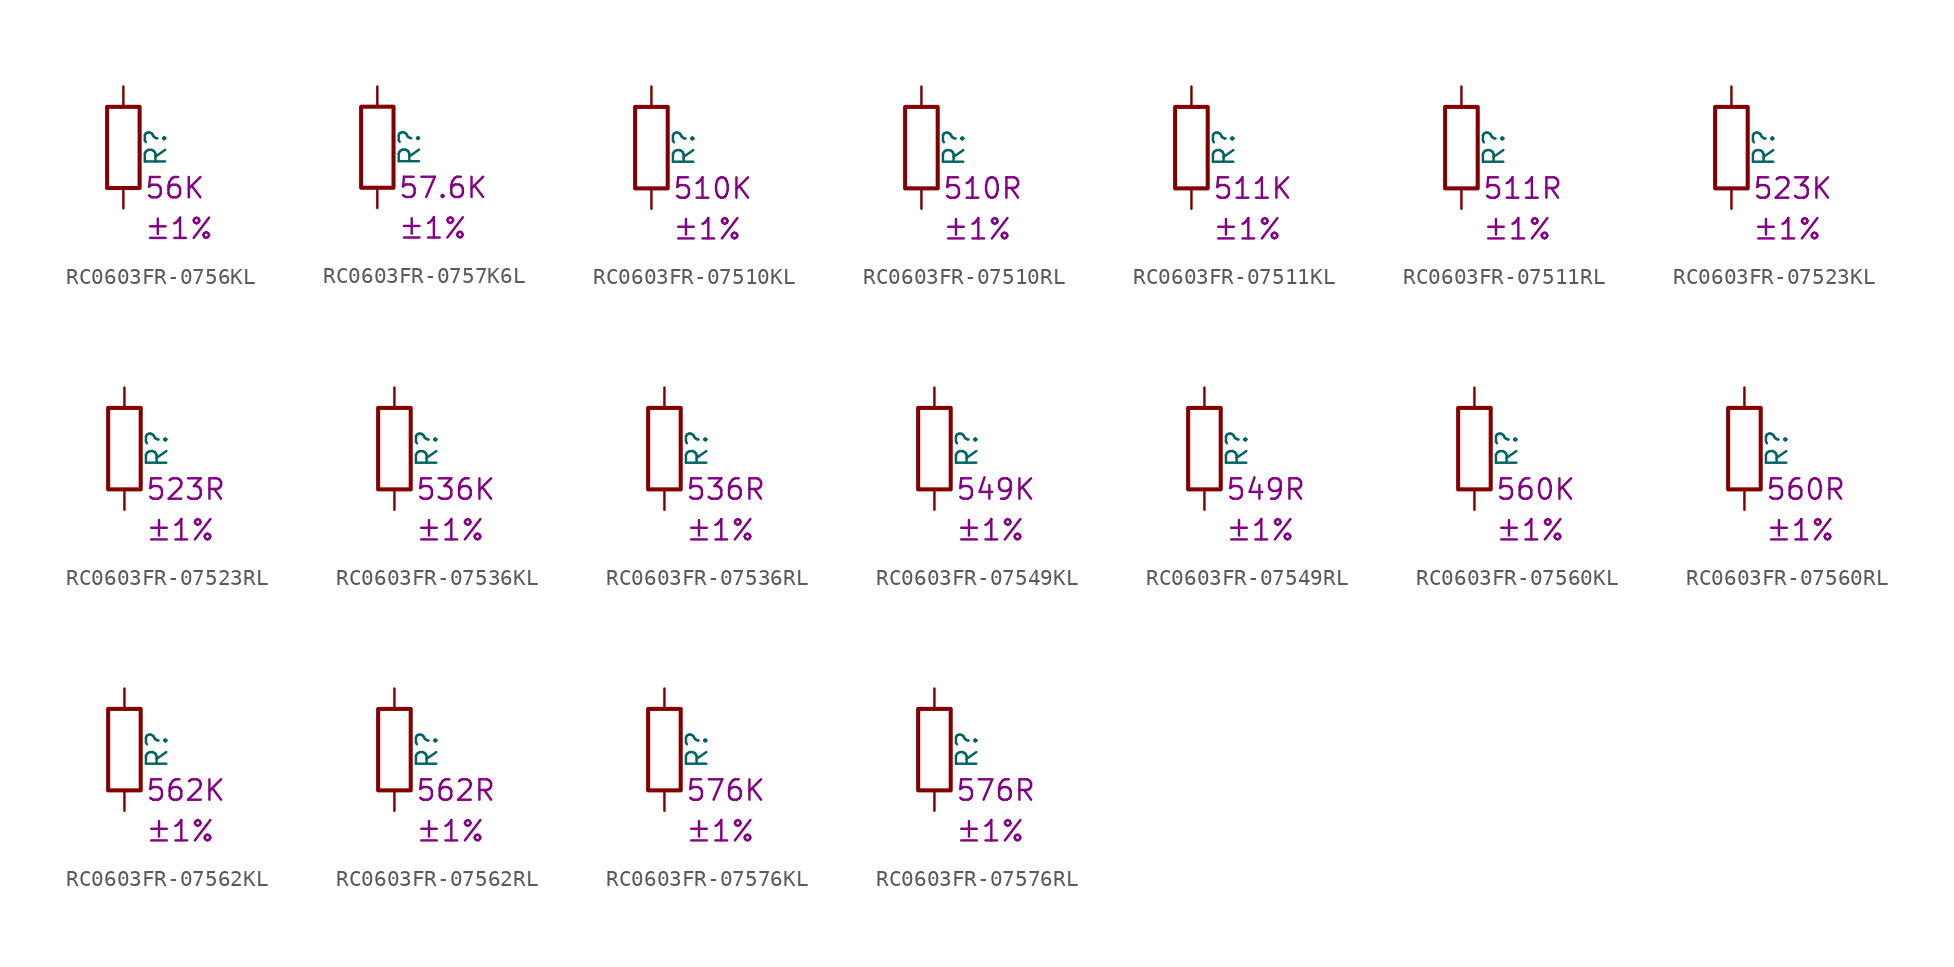
<source format=kicad_sym>
(kicad_symbol_lib
  (version 20220914)
  (generator kicad_symbol_editor)
  (symbol "RC0603FR-0756KL"
    (pin_numbers hide)
    (pin_names
      (offset 0))
    (property "Reference" "R"
      (at 2.032 0 90)
      (effects (font (size 1.27 1.27))))
    (property "Resistance" "56K"
      (at 1.27 -2.54 0)
      (effects (font (size 1.27 1.27)) (justify left)))
    (property "Tolerance" "±1%"
      (at 1.27 -5.08 0)
      (effects (font (size 1.27 1.27)) (justify left)))
    (symbol "RC0603FR-0756KL_0_1"
      (rectangle (start -1.016 -2.54) (end 1.016 2.54) (stroke (width 0.254) (type default)) (fill (type none))))
    (symbol "RC0603FR-0756KL_1_1"
      (pin passive line (at 0 3.81 270) (length 1.27) (name "~" (effects (font (size 1.27 1.27)))) (number "1" (effects (font (size 1.27 1.27)))))
      (pin passive line (at 0 -3.81 90) (length 1.27) (name "~" (effects (font (size 1.27 1.27)))) (number "2" (effects (font (size 1.27 1.27)))))))
  (symbol "RC0603FR-0757K6L"
    (pin_numbers hide)
    (pin_names
      (offset 0))
    (property "Reference" "R"
      (at 2.032 0 90)
      (effects (font (size 1.27 1.27))))
    (property "Resistance" "57.6K"
      (at 1.27 -2.54 0)
      (effects (font (size 1.27 1.27)) (justify left)))
    (property "Tolerance" "±1%"
      (at 1.27 -5.08 0)
      (effects (font (size 1.27 1.27)) (justify left)))
    (symbol "RC0603FR-0757K6L_0_1"
      (rectangle (start -1.016 -2.54) (end 1.016 2.54) (stroke (width 0.254) (type default)) (fill (type none))))
    (symbol "RC0603FR-0757K6L_1_1"
      (pin passive line (at 0 3.81 270) (length 1.27) (name "~" (effects (font (size 1.27 1.27)))) (number "1" (effects (font (size 1.27 1.27)))))
      (pin passive line (at 0 -3.81 90) (length 1.27) (name "~" (effects (font (size 1.27 1.27)))) (number "2" (effects (font (size 1.27 1.27)))))))
  (symbol "RC0603FR-07510KL"
    (pin_numbers hide)
    (pin_names
      (offset 0))
    (property "Reference" "R"
      (at 2.032 0 90)
      (effects (font (size 1.27 1.27))))
    (property "Resistance" "510K"
      (at 1.27 -2.54 0)
      (effects (font (size 1.27 1.27)) (justify left)))
    (property "Tolerance" "±1%"
      (at 1.27 -5.08 0)
      (effects (font (size 1.27 1.27)) (justify left)))
    (symbol "RC0603FR-07510KL_0_1"
      (rectangle (start -1.016 -2.54) (end 1.016 2.54) (stroke (width 0.254) (type default)) (fill (type none))))
    (symbol "RC0603FR-07510KL_1_1"
      (pin passive line (at 0 3.81 270) (length 1.27) (name "~" (effects (font (size 1.27 1.27)))) (number "1" (effects (font (size 1.27 1.27)))))
      (pin passive line (at 0 -3.81 90) (length 1.27) (name "~" (effects (font (size 1.27 1.27)))) (number "2" (effects (font (size 1.27 1.27)))))))
  (symbol "RC0603FR-07510RL"
    (pin_numbers hide)
    (pin_names
      (offset 0))
    (property "Reference" "R"
      (at 2.032 0 90)
      (effects (font (size 1.27 1.27))))
    (property "Resistance" "510R"
      (at 1.27 -2.54 0)
      (effects (font (size 1.27 1.27)) (justify left)))
    (property "Tolerance" "±1%"
      (at 1.27 -5.08 0)
      (effects (font (size 1.27 1.27)) (justify left)))
    (symbol "RC0603FR-07510RL_0_1"
      (rectangle (start -1.016 -2.54) (end 1.016 2.54) (stroke (width 0.254) (type default)) (fill (type none))))
    (symbol "RC0603FR-07510RL_1_1"
      (pin passive line (at 0 3.81 270) (length 1.27) (name "~" (effects (font (size 1.27 1.27)))) (number "1" (effects (font (size 1.27 1.27)))))
      (pin passive line (at 0 -3.81 90) (length 1.27) (name "~" (effects (font (size 1.27 1.27)))) (number "2" (effects (font (size 1.27 1.27)))))))
  (symbol "RC0603FR-07511KL"
    (pin_numbers hide)
    (pin_names
      (offset 0))
    (property "Reference" "R"
      (at 2.032 0 90)
      (effects (font (size 1.27 1.27))))
    (property "Resistance" "511K"
      (at 1.27 -2.54 0)
      (effects (font (size 1.27 1.27)) (justify left)))
    (property "Tolerance" "±1%"
      (at 1.27 -5.08 0)
      (effects (font (size 1.27 1.27)) (justify left)))
    (symbol "RC0603FR-07511KL_0_1"
      (rectangle (start -1.016 -2.54) (end 1.016 2.54) (stroke (width 0.254) (type default)) (fill (type none))))
    (symbol "RC0603FR-07511KL_1_1"
      (pin passive line (at 0 3.81 270) (length 1.27) (name "~" (effects (font (size 1.27 1.27)))) (number "1" (effects (font (size 1.27 1.27)))))
      (pin passive line (at 0 -3.81 90) (length 1.27) (name "~" (effects (font (size 1.27 1.27)))) (number "2" (effects (font (size 1.27 1.27)))))))
  (symbol "RC0603FR-07511RL"
    (pin_numbers hide)
    (pin_names
      (offset 0))
    (property "Reference" "R"
      (at 2.032 0 90)
      (effects (font (size 1.27 1.27))))
    (property "Resistance" "511R"
      (at 1.27 -2.54 0)
      (effects (font (size 1.27 1.27)) (justify left)))
    (property "Tolerance" "±1%"
      (at 1.27 -5.08 0)
      (effects (font (size 1.27 1.27)) (justify left)))
    (symbol "RC0603FR-07511RL_0_1"
      (rectangle (start -1.016 -2.54) (end 1.016 2.54) (stroke (width 0.254) (type default)) (fill (type none))))
    (symbol "RC0603FR-07511RL_1_1"
      (pin passive line (at 0 3.81 270) (length 1.27) (name "~" (effects (font (size 1.27 1.27)))) (number "1" (effects (font (size 1.27 1.27)))))
      (pin passive line (at 0 -3.81 90) (length 1.27) (name "~" (effects (font (size 1.27 1.27)))) (number "2" (effects (font (size 1.27 1.27)))))))
  (symbol "RC0603FR-07523KL"
    (pin_numbers hide)
    (pin_names
      (offset 0))
    (property "Reference" "R"
      (at 2.032 0 90)
      (effects (font (size 1.27 1.27))))
    (property "Resistance" "523K"
      (at 1.27 -2.54 0)
      (effects (font (size 1.27 1.27)) (justify left)))
    (property "Tolerance" "±1%"
      (at 1.27 -5.08 0)
      (effects (font (size 1.27 1.27)) (justify left)))
    (symbol "RC0603FR-07523KL_0_1"
      (rectangle (start -1.016 -2.54) (end 1.016 2.54) (stroke (width 0.254) (type default)) (fill (type none))))
    (symbol "RC0603FR-07523KL_1_1"
      (pin passive line (at 0 3.81 270) (length 1.27) (name "~" (effects (font (size 1.27 1.27)))) (number "1" (effects (font (size 1.27 1.27)))))
      (pin passive line (at 0 -3.81 90) (length 1.27) (name "~" (effects (font (size 1.27 1.27)))) (number "2" (effects (font (size 1.27 1.27)))))))
  (symbol "RC0603FR-07523RL"
    (pin_numbers hide)
    (pin_names
      (offset 0))
    (property "Reference" "R"
      (at 2.032 0 90)
      (effects (font (size 1.27 1.27))))
    (property "Resistance" "523R"
      (at 1.27 -2.54 0)
      (effects (font (size 1.27 1.27)) (justify left)))
    (property "Tolerance" "±1%"
      (at 1.27 -5.08 0)
      (effects (font (size 1.27 1.27)) (justify left)))
    (symbol "RC0603FR-07523RL_0_1"
      (rectangle (start -1.016 -2.54) (end 1.016 2.54) (stroke (width 0.254) (type default)) (fill (type none))))
    (symbol "RC0603FR-07523RL_1_1"
      (pin passive line (at 0 3.81 270) (length 1.27) (name "~" (effects (font (size 1.27 1.27)))) (number "1" (effects (font (size 1.27 1.27)))))
      (pin passive line (at 0 -3.81 90) (length 1.27) (name "~" (effects (font (size 1.27 1.27)))) (number "2" (effects (font (size 1.27 1.27)))))))
  (symbol "RC0603FR-07536KL"
    (pin_numbers hide)
    (pin_names
      (offset 0))
    (property "Reference" "R"
      (at 2.032 0 90)
      (effects (font (size 1.27 1.27))))
    (property "Resistance" "536K"
      (at 1.27 -2.54 0)
      (effects (font (size 1.27 1.27)) (justify left)))
    (property "Tolerance" "±1%"
      (at 1.27 -5.08 0)
      (effects (font (size 1.27 1.27)) (justify left)))
    (symbol "RC0603FR-07536KL_0_1"
      (rectangle (start -1.016 -2.54) (end 1.016 2.54) (stroke (width 0.254) (type default)) (fill (type none))))
    (symbol "RC0603FR-07536KL_1_1"
      (pin passive line (at 0 3.81 270) (length 1.27) (name "~" (effects (font (size 1.27 1.27)))) (number "1" (effects (font (size 1.27 1.27)))))
      (pin passive line (at 0 -3.81 90) (length 1.27) (name "~" (effects (font (size 1.27 1.27)))) (number "2" (effects (font (size 1.27 1.27)))))))
  (symbol "RC0603FR-07536RL"
    (pin_numbers hide)
    (pin_names
      (offset 0))
    (property "Reference" "R"
      (at 2.032 0 90)
      (effects (font (size 1.27 1.27))))
    (property "Resistance" "536R"
      (at 1.27 -2.54 0)
      (effects (font (size 1.27 1.27)) (justify left)))
    (property "Tolerance" "±1%"
      (at 1.27 -5.08 0)
      (effects (font (size 1.27 1.27)) (justify left)))
    (symbol "RC0603FR-07536RL_0_1"
      (rectangle (start -1.016 -2.54) (end 1.016 2.54) (stroke (width 0.254) (type default)) (fill (type none))))
    (symbol "RC0603FR-07536RL_1_1"
      (pin passive line (at 0 3.81 270) (length 1.27) (name "~" (effects (font (size 1.27 1.27)))) (number "1" (effects (font (size 1.27 1.27)))))
      (pin passive line (at 0 -3.81 90) (length 1.27) (name "~" (effects (font (size 1.27 1.27)))) (number "2" (effects (font (size 1.27 1.27)))))))
  (symbol "RC0603FR-07549KL"
    (pin_numbers hide)
    (pin_names
      (offset 0))
    (property "Reference" "R"
      (at 2.032 0 90)
      (effects (font (size 1.27 1.27))))
    (property "Resistance" "549K"
      (at 1.27 -2.54 0)
      (effects (font (size 1.27 1.27)) (justify left)))
    (property "Tolerance" "±1%"
      (at 1.27 -5.08 0)
      (effects (font (size 1.27 1.27)) (justify left)))
    (symbol "RC0603FR-07549KL_0_1"
      (rectangle (start -1.016 -2.54) (end 1.016 2.54) (stroke (width 0.254) (type default)) (fill (type none))))
    (symbol "RC0603FR-07549KL_1_1"
      (pin passive line (at 0 3.81 270) (length 1.27) (name "~" (effects (font (size 1.27 1.27)))) (number "1" (effects (font (size 1.27 1.27)))))
      (pin passive line (at 0 -3.81 90) (length 1.27) (name "~" (effects (font (size 1.27 1.27)))) (number "2" (effects (font (size 1.27 1.27)))))))
  (symbol "RC0603FR-07549RL"
    (pin_numbers hide)
    (pin_names
      (offset 0))
    (property "Reference" "R"
      (at 2.032 0 90)
      (effects (font (size 1.27 1.27))))
    (property "Resistance" "549R"
      (at 1.27 -2.54 0)
      (effects (font (size 1.27 1.27)) (justify left)))
    (property "Tolerance" "±1%"
      (at 1.27 -5.08 0)
      (effects (font (size 1.27 1.27)) (justify left)))
    (symbol "RC0603FR-07549RL_0_1"
      (rectangle (start -1.016 -2.54) (end 1.016 2.54) (stroke (width 0.254) (type default)) (fill (type none))))
    (symbol "RC0603FR-07549RL_1_1"
      (pin passive line (at 0 3.81 270) (length 1.27) (name "~" (effects (font (size 1.27 1.27)))) (number "1" (effects (font (size 1.27 1.27)))))
      (pin passive line (at 0 -3.81 90) (length 1.27) (name "~" (effects (font (size 1.27 1.27)))) (number "2" (effects (font (size 1.27 1.27)))))))
  (symbol "RC0603FR-07560KL"
    (pin_numbers hide)
    (pin_names
      (offset 0))
    (property "Reference" "R"
      (at 2.032 0 90)
      (effects (font (size 1.27 1.27))))
    (property "Resistance" "560K"
      (at 1.27 -2.54 0)
      (effects (font (size 1.27 1.27)) (justify left)))
    (property "Tolerance" "±1%"
      (at 1.27 -5.08 0)
      (effects (font (size 1.27 1.27)) (justify left)))
    (symbol "RC0603FR-07560KL_0_1"
      (rectangle (start -1.016 -2.54) (end 1.016 2.54) (stroke (width 0.254) (type default)) (fill (type none))))
    (symbol "RC0603FR-07560KL_1_1"
      (pin passive line (at 0 3.81 270) (length 1.27) (name "~" (effects (font (size 1.27 1.27)))) (number "1" (effects (font (size 1.27 1.27)))))
      (pin passive line (at 0 -3.81 90) (length 1.27) (name "~" (effects (font (size 1.27 1.27)))) (number "2" (effects (font (size 1.27 1.27)))))))
  (symbol "RC0603FR-07560RL"
    (pin_numbers hide)
    (pin_names
      (offset 0))
    (property "Reference" "R"
      (at 2.032 0 90)
      (effects (font (size 1.27 1.27))))
    (property "Resistance" "560R"
      (at 1.27 -2.54 0)
      (effects (font (size 1.27 1.27)) (justify left)))
    (property "Tolerance" "±1%"
      (at 1.27 -5.08 0)
      (effects (font (size 1.27 1.27)) (justify left)))
    (symbol "RC0603FR-07560RL_0_1"
      (rectangle (start -1.016 -2.54) (end 1.016 2.54) (stroke (width 0.254) (type default)) (fill (type none))))
    (symbol "RC0603FR-07560RL_1_1"
      (pin passive line (at 0 3.81 270) (length 1.27) (name "~" (effects (font (size 1.27 1.27)))) (number "1" (effects (font (size 1.27 1.27)))))
      (pin passive line (at 0 -3.81 90) (length 1.27) (name "~" (effects (font (size 1.27 1.27)))) (number "2" (effects (font (size 1.27 1.27)))))))
  (symbol "RC0603FR-07562KL"
    (pin_numbers hide)
    (pin_names
      (offset 0))
    (property "Reference" "R"
      (at 2.032 0 90)
      (effects (font (size 1.27 1.27))))
    (property "Resistance" "562K"
      (at 1.27 -2.54 0)
      (effects (font (size 1.27 1.27)) (justify left)))
    (property "Tolerance" "±1%"
      (at 1.27 -5.08 0)
      (effects (font (size 1.27 1.27)) (justify left)))
    (symbol "RC0603FR-07562KL_0_1"
      (rectangle (start -1.016 -2.54) (end 1.016 2.54) (stroke (width 0.254) (type default)) (fill (type none))))
    (symbol "RC0603FR-07562KL_1_1"
      (pin passive line (at 0 3.81 270) (length 1.27) (name "~" (effects (font (size 1.27 1.27)))) (number "1" (effects (font (size 1.27 1.27)))))
      (pin passive line (at 0 -3.81 90) (length 1.27) (name "~" (effects (font (size 1.27 1.27)))) (number "2" (effects (font (size 1.27 1.27)))))))
  (symbol "RC0603FR-07562RL"
    (pin_numbers hide)
    (pin_names
      (offset 0))
    (property "Reference" "R"
      (at 2.032 0 90)
      (effects (font (size 1.27 1.27))))
    (property "Resistance" "562R"
      (at 1.27 -2.54 0)
      (effects (font (size 1.27 1.27)) (justify left)))
    (property "Tolerance" "±1%"
      (at 1.27 -5.08 0)
      (effects (font (size 1.27 1.27)) (justify left)))
    (symbol "RC0603FR-07562RL_0_1"
      (rectangle (start -1.016 -2.54) (end 1.016 2.54) (stroke (width 0.254) (type default)) (fill (type none))))
    (symbol "RC0603FR-07562RL_1_1"
      (pin passive line (at 0 3.81 270) (length 1.27) (name "~" (effects (font (size 1.27 1.27)))) (number "1" (effects (font (size 1.27 1.27)))))
      (pin passive line (at 0 -3.81 90) (length 1.27) (name "~" (effects (font (size 1.27 1.27)))) (number "2" (effects (font (size 1.27 1.27)))))))
  (symbol "RC0603FR-07576KL"
    (pin_numbers hide)
    (pin_names
      (offset 0))
    (property "Reference" "R"
      (at 2.032 0 90)
      (effects (font (size 1.27 1.27))))
    (property "Resistance" "576K"
      (at 1.27 -2.54 0)
      (effects (font (size 1.27 1.27)) (justify left)))
    (property "Tolerance" "±1%"
      (at 1.27 -5.08 0)
      (effects (font (size 1.27 1.27)) (justify left)))
    (symbol "RC0603FR-07576KL_0_1"
      (rectangle (start -1.016 -2.54) (end 1.016 2.54) (stroke (width 0.254) (type default)) (fill (type none))))
    (symbol "RC0603FR-07576KL_1_1"
      (pin passive line (at 0 3.81 270) (length 1.27) (name "~" (effects (font (size 1.27 1.27)))) (number "1" (effects (font (size 1.27 1.27)))))
      (pin passive line (at 0 -3.81 90) (length 1.27) (name "~" (effects (font (size 1.27 1.27)))) (number "2" (effects (font (size 1.27 1.27)))))))
  (symbol "RC0603FR-07576RL"
    (pin_numbers hide)
    (pin_names
      (offset 0))
    (property "Reference" "R"
      (at 2.032 0 90)
      (effects (font (size 1.27 1.27))))
    (property "Resistance" "576R"
      (at 1.27 -2.54 0)
      (effects (font (size 1.27 1.27)) (justify left)))
    (property "Tolerance" "±1%"
      (at 1.27 -5.08 0)
      (effects (font (size 1.27 1.27)) (justify left)))
    (symbol "RC0603FR-07576RL_0_1"
      (rectangle (start -1.016 -2.54) (end 1.016 2.54) (stroke (width 0.254) (type default)) (fill (type none))))
    (symbol "RC0603FR-07576RL_1_1"
      (pin passive line (at 0 3.81 270) (length 1.27) (name "~" (effects (font (size 1.27 1.27)))) (number "1" (effects (font (size 1.27 1.27)))))
      (pin passive line (at 0 -3.81 90) (length 1.27) (name "~" (effects (font (size 1.27 1.27)))) (number "2" (effects (font (size 1.27 1.27))))))))
</source>
